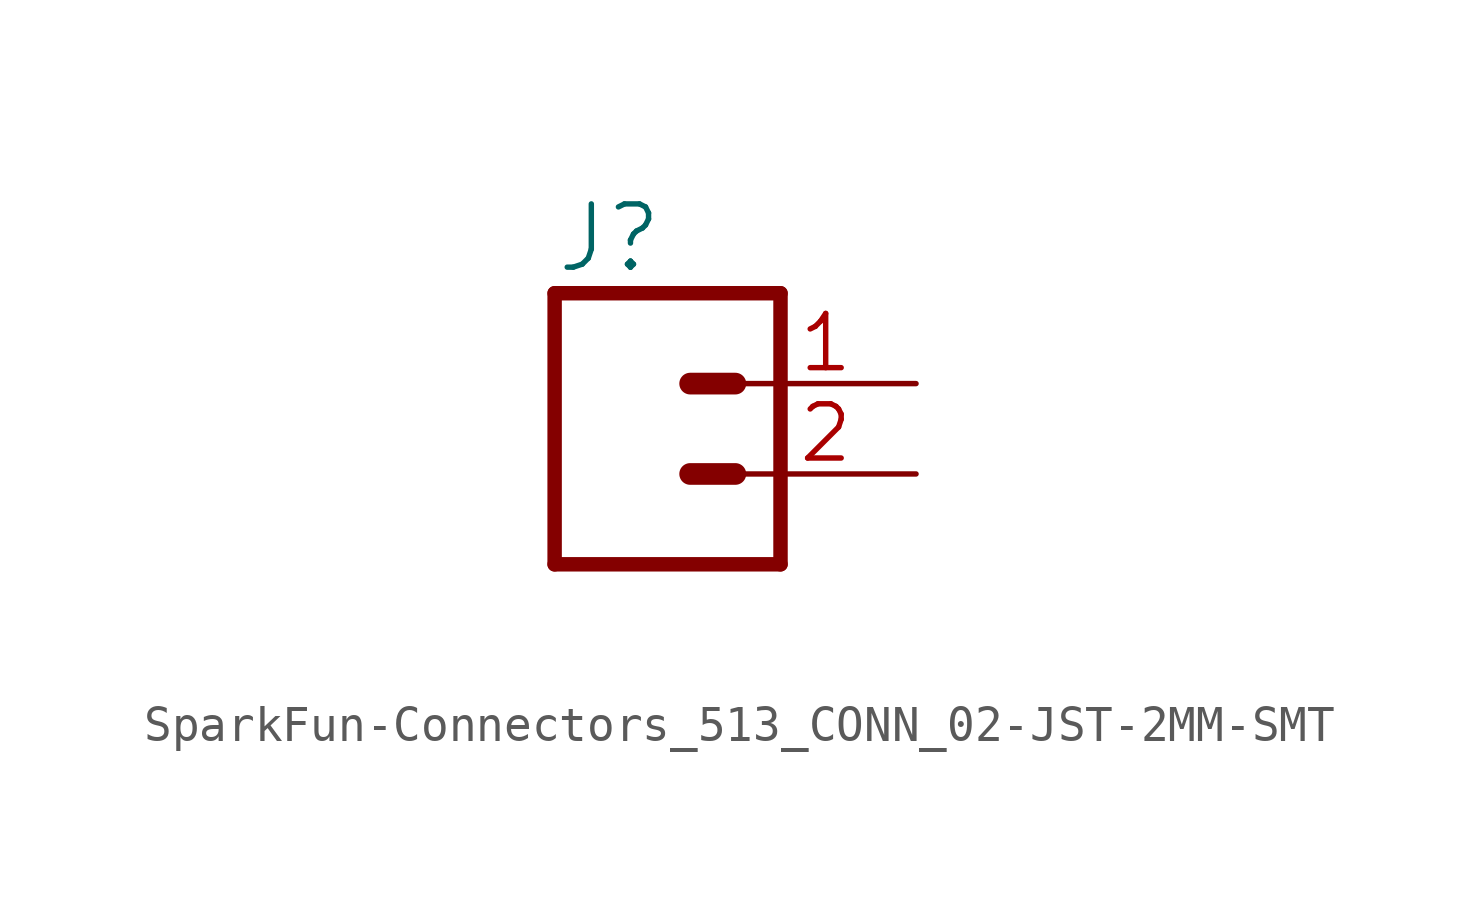
<source format=kicad_sym>
(kicad_symbol_lib
  (version 20241209)
  (generator "kicad_symbol_editor")
  (generator_version "9.0")
  (symbol "SparkFun-Connectors_513_CONN_02-JST-2MM-SMT"
    (property "Reference" "J"
      (at -2.54 5.588 0)
      (effects (font (size 1.778 1.778)) (justify left bottom)))
    (property "Value" ""
      (at -2.54 -4.826 0)
      (effects (font (size 1.778 1.778)) (justify left bottom)))
    (property "ki_locked" ""
      (at 0 0 0)
      (effects (font (size 1.27 1.27))))
    (symbol "SparkFun-Connectors_513_CONN_02-JST-2MM-SMT_1_0"
      (polyline (pts (xy -2.54 5.08) (xy -2.54 -2.54)) (stroke (width 0.406) (type solid)) (fill (type none)))
      (polyline (pts (xy -2.54 5.08) (xy 3.81 5.08)) (stroke (width 0.406) (type solid)) (fill (type none)))
      (polyline (pts (xy 1.27 2.54) (xy 2.54 2.54)) (stroke (width 0.61) (type solid)) (fill (type none)))
      (polyline (pts (xy 1.27 0) (xy 2.54 0)) (stroke (width 0.61) (type solid)) (fill (type none)))
      (polyline (pts (xy 3.81 -2.54) (xy -2.54 -2.54)) (stroke (width 0.406) (type solid)) (fill (type none)))
      (polyline (pts (xy 3.81 -2.54) (xy 3.81 5.08)) (stroke (width 0.406) (type solid)) (fill (type none)))
      (pin passive line (at 7.62 2.54 180) (length 5.08) (name "2" (effects (font (size 0 0)))) (number "1" (effects (font (size 1.524 1.524)))))
      (pin passive line (at 7.62 0 180) (length 5.08) (name "1" (effects (font (size 0 0)))) (number "2" (effects (font (size 1.524 1.524))))))))
</source>
